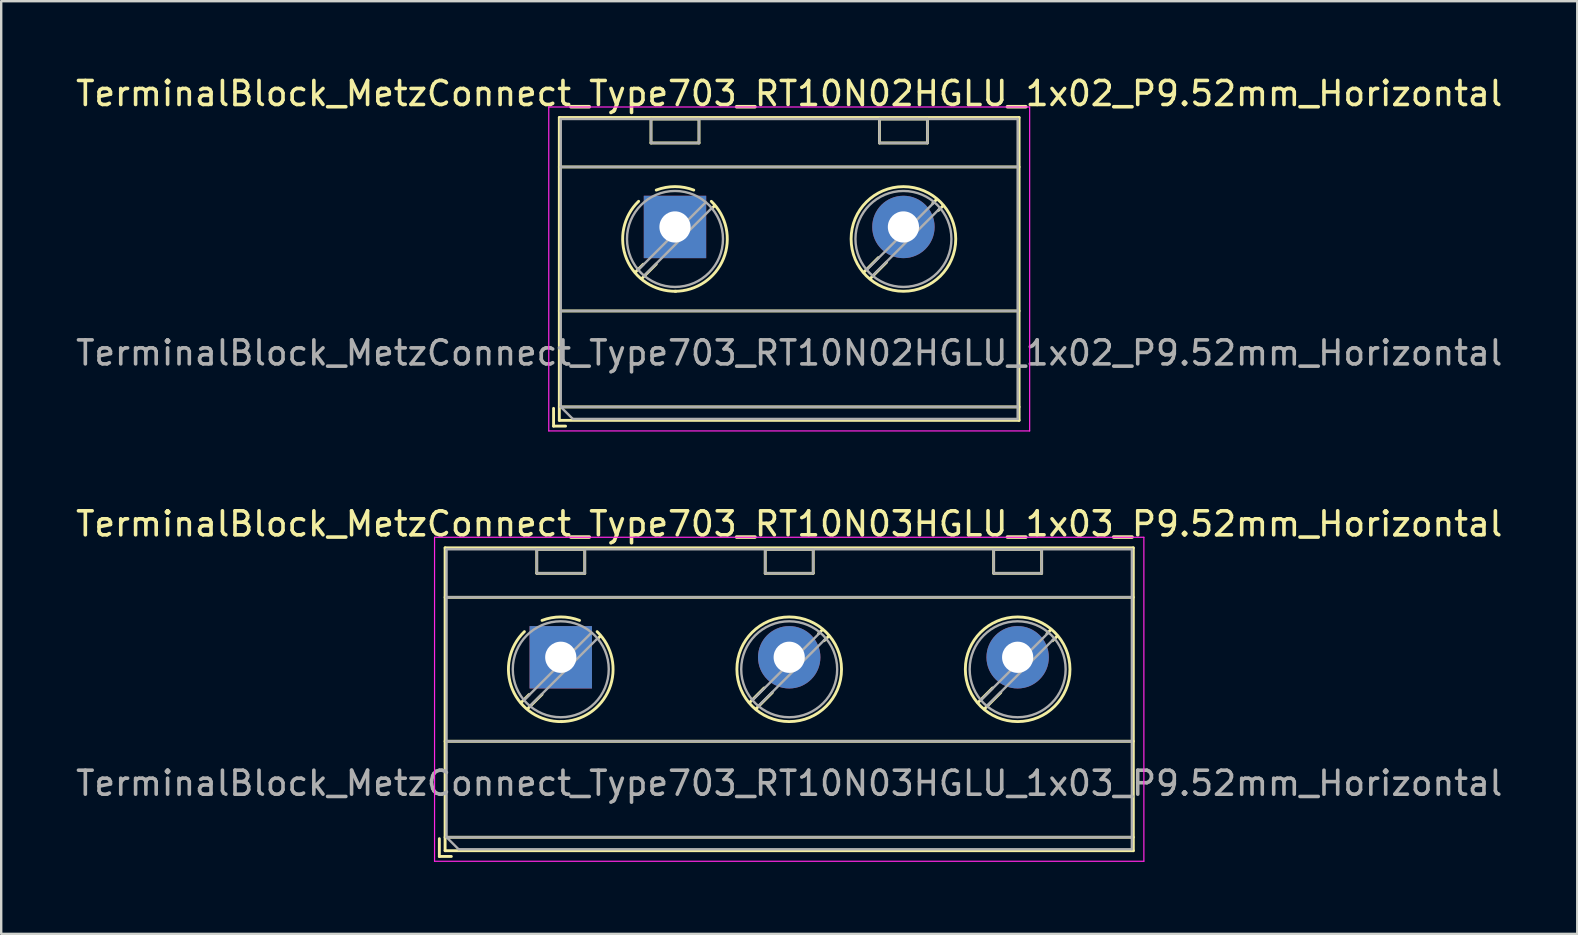
<source format=kicad_pcb>
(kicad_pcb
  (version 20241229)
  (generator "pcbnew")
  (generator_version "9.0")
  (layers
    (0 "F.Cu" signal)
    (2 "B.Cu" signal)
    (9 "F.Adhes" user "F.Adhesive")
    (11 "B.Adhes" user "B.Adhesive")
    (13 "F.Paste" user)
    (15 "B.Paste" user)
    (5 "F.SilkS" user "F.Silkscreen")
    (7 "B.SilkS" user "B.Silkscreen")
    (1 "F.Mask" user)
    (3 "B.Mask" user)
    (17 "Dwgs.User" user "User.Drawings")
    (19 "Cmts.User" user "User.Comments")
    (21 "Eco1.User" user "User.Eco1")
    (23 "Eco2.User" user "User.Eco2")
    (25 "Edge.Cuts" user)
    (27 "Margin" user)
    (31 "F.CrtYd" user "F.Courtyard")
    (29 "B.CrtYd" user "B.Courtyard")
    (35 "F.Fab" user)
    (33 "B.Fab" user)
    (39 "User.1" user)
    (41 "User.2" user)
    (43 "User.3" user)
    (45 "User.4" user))
  (footprint "TerminalBlock_MetzConnect_Type703_RT10N03HGLU_1x03_P9.52mm_Horizontal"
    (layer "F.Cu")
    (at 20.319 24.341)
    (property "Reference" "TerminalBlock_MetzConnect_Type703_RT10N03HGLU_1x03_P9.52mm_Horizontal" (at 9.52 -5.56 0) (layer "F.SilkS") (effects (font (size 1 1) (thickness 0.15))))
    (attr through_hole)
    (fp_line (start -5.06 7.56) (end -5.06 8.3) (stroke (width 0.12) (type solid)) (layer "F.SilkS"))
    (fp_line (start -5.06 8.3) (end -4.56 8.3) (stroke (width 0.12) (type solid)) (layer "F.SilkS"))
    (fp_line (start -4.82 -4.56) (end -4.82 8.06) (stroke (width 0.12) (type solid)) (layer "F.SilkS"))
    (fp_line (start -4.82 -4.56) (end 23.86 -4.56) (stroke (width 0.12) (type solid)) (layer "F.SilkS"))
    (fp_line (start -4.82 -2.5) (end 23.86 -2.5) (stroke (width 0.12) (type solid)) (layer "F.SilkS"))
    (fp_line (start -4.82 3.5) (end 23.86 3.5) (stroke (width 0.12) (type solid)) (layer "F.SilkS"))
    (fp_line (start -4.82 7.5) (end 23.86 7.5) (stroke (width 0.12) (type solid)) (layer "F.SilkS"))
    (fp_line (start -4.82 8.06) (end 23.86 8.06) (stroke (width 0.12) (type solid)) (layer "F.SilkS"))
    (fp_line (start -1.32 1.553) (end -1.654 1.888) (stroke (width 0.12) (type solid)) (layer "F.SilkS"))
    (fp_line (start -1 -4.5) (end -1 -3.5) (stroke (width 0.12) (type solid)) (layer "F.SilkS"))
    (fp_line (start -1 -4.5) (end 1 -4.5) (stroke (width 0.12) (type solid)) (layer "F.SilkS"))
    (fp_line (start -1 -3.5) (end 1 -3.5) (stroke (width 0.12) (type solid)) (layer "F.SilkS"))
    (fp_line (start -0.78 1.546) (end -1.388 2.154) (stroke (width 0.12) (type solid)) (layer "F.SilkS"))
    (fp_line (start 1 -4.5) (end 1 -3.5) (stroke (width 0.12) (type solid)) (layer "F.SilkS"))
    (fp_line (start 1.654 -0.888) (end 1.547 -0.781) (stroke (width 0.12) (type solid)) (layer "F.SilkS"))
    (fp_line (start 8.475 1.279) (end 7.867 1.888) (stroke (width 0.12) (type solid)) (layer "F.SilkS"))
    (fp_line (start 8.52 -4.5) (end 8.52 -3.5) (stroke (width 0.12) (type solid)) (layer "F.SilkS"))
    (fp_line (start 8.52 -4.5) (end 10.52 -4.5) (stroke (width 0.12) (type solid)) (layer "F.SilkS"))
    (fp_line (start 8.52 -3.5) (end 10.52 -3.5) (stroke (width 0.12) (type solid)) (layer "F.SilkS"))
    (fp_line (start 8.817 1.47) (end 8.133 2.154) (stroke (width 0.12) (type solid)) (layer "F.SilkS"))
    (fp_line (start 10.52 -4.5) (end 10.52 -3.5) (stroke (width 0.12) (type solid)) (layer "F.SilkS"))
    (fp_line (start 10.908 -1.154) (end 10.741 -0.986) (stroke (width 0.12) (type solid)) (layer "F.SilkS"))
    (fp_line (start 11.174 -0.888) (end 10.976 -0.69) (stroke (width 0.12) (type solid)) (layer "F.SilkS"))
    (fp_line (start 17.995 1.279) (end 17.387 1.888) (stroke (width 0.12) (type solid)) (layer "F.SilkS"))
    (fp_line (start 18.04 -4.5) (end 18.04 -3.5) (stroke (width 0.12) (type solid)) (layer "F.SilkS"))
    (fp_line (start 18.04 -4.5) (end 20.04 -4.5) (stroke (width 0.12) (type solid)) (layer "F.SilkS"))
    (fp_line (start 18.04 -3.5) (end 20.04 -3.5) (stroke (width 0.12) (type solid)) (layer "F.SilkS"))
    (fp_line (start 18.337 1.47) (end 17.653 2.154) (stroke (width 0.12) (type solid)) (layer "F.SilkS"))
    (fp_line (start 20.04 -4.5) (end 20.04 -3.5) (stroke (width 0.12) (type solid)) (layer "F.SilkS"))
    (fp_line (start 20.428 -1.154) (end 20.261 -0.986) (stroke (width 0.12) (type solid)) (layer "F.SilkS"))
    (fp_line (start 20.694 -0.888) (end 20.496 -0.69) (stroke (width 0.12) (type solid)) (layer "F.SilkS"))
    (fp_line (start 23.86 -4.56) (end 23.86 8.06) (stroke (width 0.12) (type solid)) (layer "F.SilkS"))
    (fp_arc (start -0.781211 -1.536303) (mid 0.000423 -1.681014) (end 0.782 -1.536) (stroke (width 0.12) (type solid)) (layer "F.SilkS"))
    (fp_arc (start 0.037945 2.680721) (mid -2.015074 1.334542) (end -1.515 -1.069) (stroke (width 0.12) (type solid)) (layer "F.SilkS"))
    (fp_arc (start 1.514355 -1.068161) (mid 2.021261 1.316642) (end 0 2.68) (stroke (width 0.12) (type solid)) (layer "F.SilkS"))
    (fp_circle (center 9.52 0.5) (end 11.7 0.5) (stroke (width 0.12) (type solid)) (fill no) (layer "F.SilkS"))
    (fp_circle (center 19.04 0.5) (end 21.22 0.5) (stroke (width 0.12) (type solid)) (fill no) (layer "F.SilkS"))
    (fp_line (start -5.26 -5) (end -5.26 8.5) (stroke (width 0.05) (type solid)) (layer "F.CrtYd"))
    (fp_line (start -5.26 8.5) (end 24.3 8.5) (stroke (width 0.05) (type solid)) (layer "F.CrtYd"))
    (fp_line (start 24.3 -5) (end -5.26 -5) (stroke (width 0.05) (type solid)) (layer "F.CrtYd"))
    (fp_line (start 24.3 8.5) (end 24.3 -5) (stroke (width 0.05) (type solid)) (layer "F.CrtYd"))
    (fp_line (start -4.76 -4.5) (end 23.8 -4.5) (stroke (width 0.1) (type solid)) (layer "F.Fab"))
    (fp_line (start -4.76 -2.5) (end 23.8 -2.5) (stroke (width 0.1) (type solid)) (layer "F.Fab"))
    (fp_line (start -4.76 3.5) (end 23.8 3.5) (stroke (width 0.1) (type solid)) (layer "F.Fab"))
    (fp_line (start -4.76 7.5) (end -4.76 -4.5) (stroke (width 0.1) (type solid)) (layer "F.Fab"))
    (fp_line (start -4.76 7.5) (end 23.8 7.5) (stroke (width 0.1) (type solid)) (layer "F.Fab"))
    (fp_line (start -4.26 8) (end -4.76 7.5) (stroke (width 0.1) (type solid)) (layer "F.Fab"))
    (fp_line (start -1 -4.5) (end -1 -3.5) (stroke (width 0.1) (type solid)) (layer "F.Fab"))
    (fp_line (start -1 -3.5) (end 1 -3.5) (stroke (width 0.1) (type solid)) (layer "F.Fab"))
    (fp_line (start 1 -4.5) (end -1 -4.5) (stroke (width 0.1) (type solid)) (layer "F.Fab"))
    (fp_line (start 1 -3.5) (end 1 -4.5) (stroke (width 0.1) (type solid)) (layer "F.Fab"))
    (fp_line (start 1.273 -1.017) (end -1.517 1.773) (stroke (width 0.1) (type solid)) (layer "F.Fab"))
    (fp_line (start 1.517 -0.773) (end -1.273 2.017) (stroke (width 0.1) (type solid)) (layer "F.Fab"))
    (fp_line (start 8.52 -4.5) (end 8.52 -3.5) (stroke (width 0.1) (type solid)) (layer "F.Fab"))
    (fp_line (start 8.52 -3.5) (end 10.52 -3.5) (stroke (width 0.1) (type solid)) (layer "F.Fab"))
    (fp_line (start 10.52 -4.5) (end 8.52 -4.5) (stroke (width 0.1) (type solid)) (layer "F.Fab"))
    (fp_line (start 10.52 -3.5) (end 10.52 -4.5) (stroke (width 0.1) (type solid)) (layer "F.Fab"))
    (fp_line (start 10.793 -1.017) (end 8.004 1.773) (stroke (width 0.1) (type solid)) (layer "F.Fab"))
    (fp_line (start 11.037 -0.773) (end 8.248 2.017) (stroke (width 0.1) (type solid)) (layer "F.Fab"))
    (fp_line (start 18.04 -4.5) (end 18.04 -3.5) (stroke (width 0.1) (type solid)) (layer "F.Fab"))
    (fp_line (start 18.04 -3.5) (end 20.04 -3.5) (stroke (width 0.1) (type solid)) (layer "F.Fab"))
    (fp_line (start 20.04 -4.5) (end 18.04 -4.5) (stroke (width 0.1) (type solid)) (layer "F.Fab"))
    (fp_line (start 20.04 -3.5) (end 20.04 -4.5) (stroke (width 0.1) (type solid)) (layer "F.Fab"))
    (fp_line (start 20.313 -1.017) (end 17.524 1.773) (stroke (width 0.1) (type solid)) (layer "F.Fab"))
    (fp_line (start 20.557 -0.773) (end 17.768 2.017) (stroke (width 0.1) (type solid)) (layer "F.Fab"))
    (fp_line (start 23.8 -4.5) (end 23.8 8) (stroke (width 0.1) (type solid)) (layer "F.Fab"))
    (fp_line (start 23.8 8) (end -4.26 8) (stroke (width 0.1) (type solid)) (layer "F.Fab"))
    (fp_circle (center 0 0.5) (end 2 0.5) (stroke (width 0.1) (type solid)) (fill no) (layer "F.Fab"))
    (fp_circle (center 9.52 0.5) (end 11.52 0.5) (stroke (width 0.1) (type solid)) (fill no) (layer "F.Fab"))
    (fp_circle (center 19.04 0.5) (end 21.04 0.5) (stroke (width 0.1) (type solid)) (fill no) (layer "F.Fab"))
    (fp_text user "${REFERENCE}" (at 9.52 5.25 0) (layer "F.Fab") (effects (font (size 1 1) (thickness 0.15))))
    (pad "1" thru_hole rect (at 0 0) (size 2.6 2.6) (drill 1.3) (layers "*.Cu" "*.Mask"))
    (pad "2" thru_hole circle (at 9.52 0) (size 2.6 2.6) (drill 1.3) (layers "*.Cu" "*.Mask"))
    (pad "3" thru_hole circle (at 19.04 0) (size 2.6 2.6) (drill 1.3) (layers "*.Cu" "*.Mask")))
  (footprint "TerminalBlock_MetzConnect_Type703_RT10N02HGLU_1x02_P9.52mm_Horizontal"
    (layer "F.Cu")
    (at 25.079 6.408)
    (property "Reference" "TerminalBlock_MetzConnect_Type703_RT10N02HGLU_1x02_P9.52mm_Horizontal" (at 4.76 -5.56 0) (layer "F.SilkS") (effects (font (size 1 1) (thickness 0.15))))
    (attr through_hole)
    (fp_line (start -5.06 7.56) (end -5.06 8.3) (stroke (width 0.12) (type solid)) (layer "F.SilkS"))
    (fp_line (start -5.06 8.3) (end -4.56 8.3) (stroke (width 0.12) (type solid)) (layer "F.SilkS"))
    (fp_line (start -4.82 -4.56) (end -4.82 8.06) (stroke (width 0.12) (type solid)) (layer "F.SilkS"))
    (fp_line (start -4.82 -4.56) (end 14.34 -4.56) (stroke (width 0.12) (type solid)) (layer "F.SilkS"))
    (fp_line (start -4.82 -2.5) (end 14.34 -2.5) (stroke (width 0.12) (type solid)) (layer "F.SilkS"))
    (fp_line (start -4.82 3.5) (end 14.34 3.5) (stroke (width 0.12) (type solid)) (layer "F.SilkS"))
    (fp_line (start -4.82 7.5) (end 14.34 7.5) (stroke (width 0.12) (type solid)) (layer "F.SilkS"))
    (fp_line (start -4.82 8.06) (end 14.34 8.06) (stroke (width 0.12) (type solid)) (layer "F.SilkS"))
    (fp_line (start -1.32 1.553) (end -1.654 1.888) (stroke (width 0.12) (type solid)) (layer "F.SilkS"))
    (fp_line (start -1 -4.5) (end -1 -3.5) (stroke (width 0.12) (type solid)) (layer "F.SilkS"))
    (fp_line (start -1 -4.5) (end 1 -4.5) (stroke (width 0.12) (type solid)) (layer "F.SilkS"))
    (fp_line (start -1 -3.5) (end 1 -3.5) (stroke (width 0.12) (type solid)) (layer "F.SilkS"))
    (fp_line (start -0.78 1.546) (end -1.388 2.154) (stroke (width 0.12) (type solid)) (layer "F.SilkS"))
    (fp_line (start 1 -4.5) (end 1 -3.5) (stroke (width 0.12) (type solid)) (layer "F.SilkS"))
    (fp_line (start 1.654 -0.888) (end 1.547 -0.781) (stroke (width 0.12) (type solid)) (layer "F.SilkS"))
    (fp_line (start 8.475 1.279) (end 7.867 1.888) (stroke (width 0.12) (type solid)) (layer "F.SilkS"))
    (fp_line (start 8.52 -4.5) (end 8.52 -3.5) (stroke (width 0.12) (type solid)) (layer "F.SilkS"))
    (fp_line (start 8.52 -4.5) (end 10.52 -4.5) (stroke (width 0.12) (type solid)) (layer "F.SilkS"))
    (fp_line (start 8.52 -3.5) (end 10.52 -3.5) (stroke (width 0.12) (type solid)) (layer "F.SilkS"))
    (fp_line (start 8.817 1.47) (end 8.133 2.154) (stroke (width 0.12) (type solid)) (layer "F.SilkS"))
    (fp_line (start 10.52 -4.5) (end 10.52 -3.5) (stroke (width 0.12) (type solid)) (layer "F.SilkS"))
    (fp_line (start 10.908 -1.154) (end 10.741 -0.986) (stroke (width 0.12) (type solid)) (layer "F.SilkS"))
    (fp_line (start 11.174 -0.888) (end 10.976 -0.69) (stroke (width 0.12) (type solid)) (layer "F.SilkS"))
    (fp_line (start 14.34 -4.56) (end 14.34 8.06) (stroke (width 0.12) (type solid)) (layer "F.SilkS"))
    (fp_arc (start -0.781211 -1.536303) (mid 0.000423 -1.681014) (end 0.782 -1.536) (stroke (width 0.12) (type solid)) (layer "F.SilkS"))
    (fp_arc (start 0.037945 2.680721) (mid -2.015074 1.334542) (end -1.515 -1.069) (stroke (width 0.12) (type solid)) (layer "F.SilkS"))
    (fp_arc (start 1.514355 -1.068161) (mid 2.021261 1.316642) (end 0 2.68) (stroke (width 0.12) (type solid)) (layer "F.SilkS"))
    (fp_circle (center 9.52 0.5) (end 11.7 0.5) (stroke (width 0.12) (type solid)) (fill no) (layer "F.SilkS"))
    (fp_line (start -5.26 -5) (end -5.26 8.5) (stroke (width 0.05) (type solid)) (layer "F.CrtYd"))
    (fp_line (start -5.26 8.5) (end 14.78 8.5) (stroke (width 0.05) (type solid)) (layer "F.CrtYd"))
    (fp_line (start 14.78 -5) (end -5.26 -5) (stroke (width 0.05) (type solid)) (layer "F.CrtYd"))
    (fp_line (start 14.78 8.5) (end 14.78 -5) (stroke (width 0.05) (type solid)) (layer "F.CrtYd"))
    (fp_line (start -4.76 -4.5) (end 14.28 -4.5) (stroke (width 0.1) (type solid)) (layer "F.Fab"))
    (fp_line (start -4.76 -2.5) (end 14.28 -2.5) (stroke (width 0.1) (type solid)) (layer "F.Fab"))
    (fp_line (start -4.76 3.5) (end 14.28 3.5) (stroke (width 0.1) (type solid)) (layer "F.Fab"))
    (fp_line (start -4.76 7.5) (end -4.76 -4.5) (stroke (width 0.1) (type solid)) (layer "F.Fab"))
    (fp_line (start -4.76 7.5) (end 14.28 7.5) (stroke (width 0.1) (type solid)) (layer "F.Fab"))
    (fp_line (start -4.26 8) (end -4.76 7.5) (stroke (width 0.1) (type solid)) (layer "F.Fab"))
    (fp_line (start -1 -4.5) (end -1 -3.5) (stroke (width 0.1) (type solid)) (layer "F.Fab"))
    (fp_line (start -1 -3.5) (end 1 -3.5) (stroke (width 0.1) (type solid)) (layer "F.Fab"))
    (fp_line (start 1 -4.5) (end -1 -4.5) (stroke (width 0.1) (type solid)) (layer "F.Fab"))
    (fp_line (start 1 -3.5) (end 1 -4.5) (stroke (width 0.1) (type solid)) (layer "F.Fab"))
    (fp_line (start 1.273 -1.017) (end -1.517 1.773) (stroke (width 0.1) (type solid)) (layer "F.Fab"))
    (fp_line (start 1.517 -0.773) (end -1.273 2.017) (stroke (width 0.1) (type solid)) (layer "F.Fab"))
    (fp_line (start 8.52 -4.5) (end 8.52 -3.5) (stroke (width 0.1) (type solid)) (layer "F.Fab"))
    (fp_line (start 8.52 -3.5) (end 10.52 -3.5) (stroke (width 0.1) (type solid)) (layer "F.Fab"))
    (fp_line (start 10.52 -4.5) (end 8.52 -4.5) (stroke (width 0.1) (type solid)) (layer "F.Fab"))
    (fp_line (start 10.52 -3.5) (end 10.52 -4.5) (stroke (width 0.1) (type solid)) (layer "F.Fab"))
    (fp_line (start 10.793 -1.017) (end 8.004 1.773) (stroke (width 0.1) (type solid)) (layer "F.Fab"))
    (fp_line (start 11.037 -0.773) (end 8.248 2.017) (stroke (width 0.1) (type solid)) (layer "F.Fab"))
    (fp_line (start 14.28 -4.5) (end 14.28 8) (stroke (width 0.1) (type solid)) (layer "F.Fab"))
    (fp_line (start 14.28 8) (end -4.26 8) (stroke (width 0.1) (type solid)) (layer "F.Fab"))
    (fp_circle (center 0 0.5) (end 2 0.5) (stroke (width 0.1) (type solid)) (fill no) (layer "F.Fab"))
    (fp_circle (center 9.52 0.5) (end 11.52 0.5) (stroke (width 0.1) (type solid)) (fill no) (layer "F.Fab"))
    (fp_text user "${REFERENCE}" (at 4.76 5.25 0) (layer "F.Fab") (effects (font (size 1 1) (thickness 0.15))))
    (pad "1" thru_hole rect (at 0 0) (size 2.6 2.6) (drill 1.3) (layers "*.Cu" "*.Mask"))
    (pad "2" thru_hole circle (at 9.52 0) (size 2.6 2.6) (drill 1.3) (layers "*.Cu" "*.Mask")))
  (gr_rect
    (start -3 -3)
    (end 62.679 35.867)
    (stroke (width 0.1) (type default))
    (fill no)
    (layer "Edge.Cuts")))
</source>
